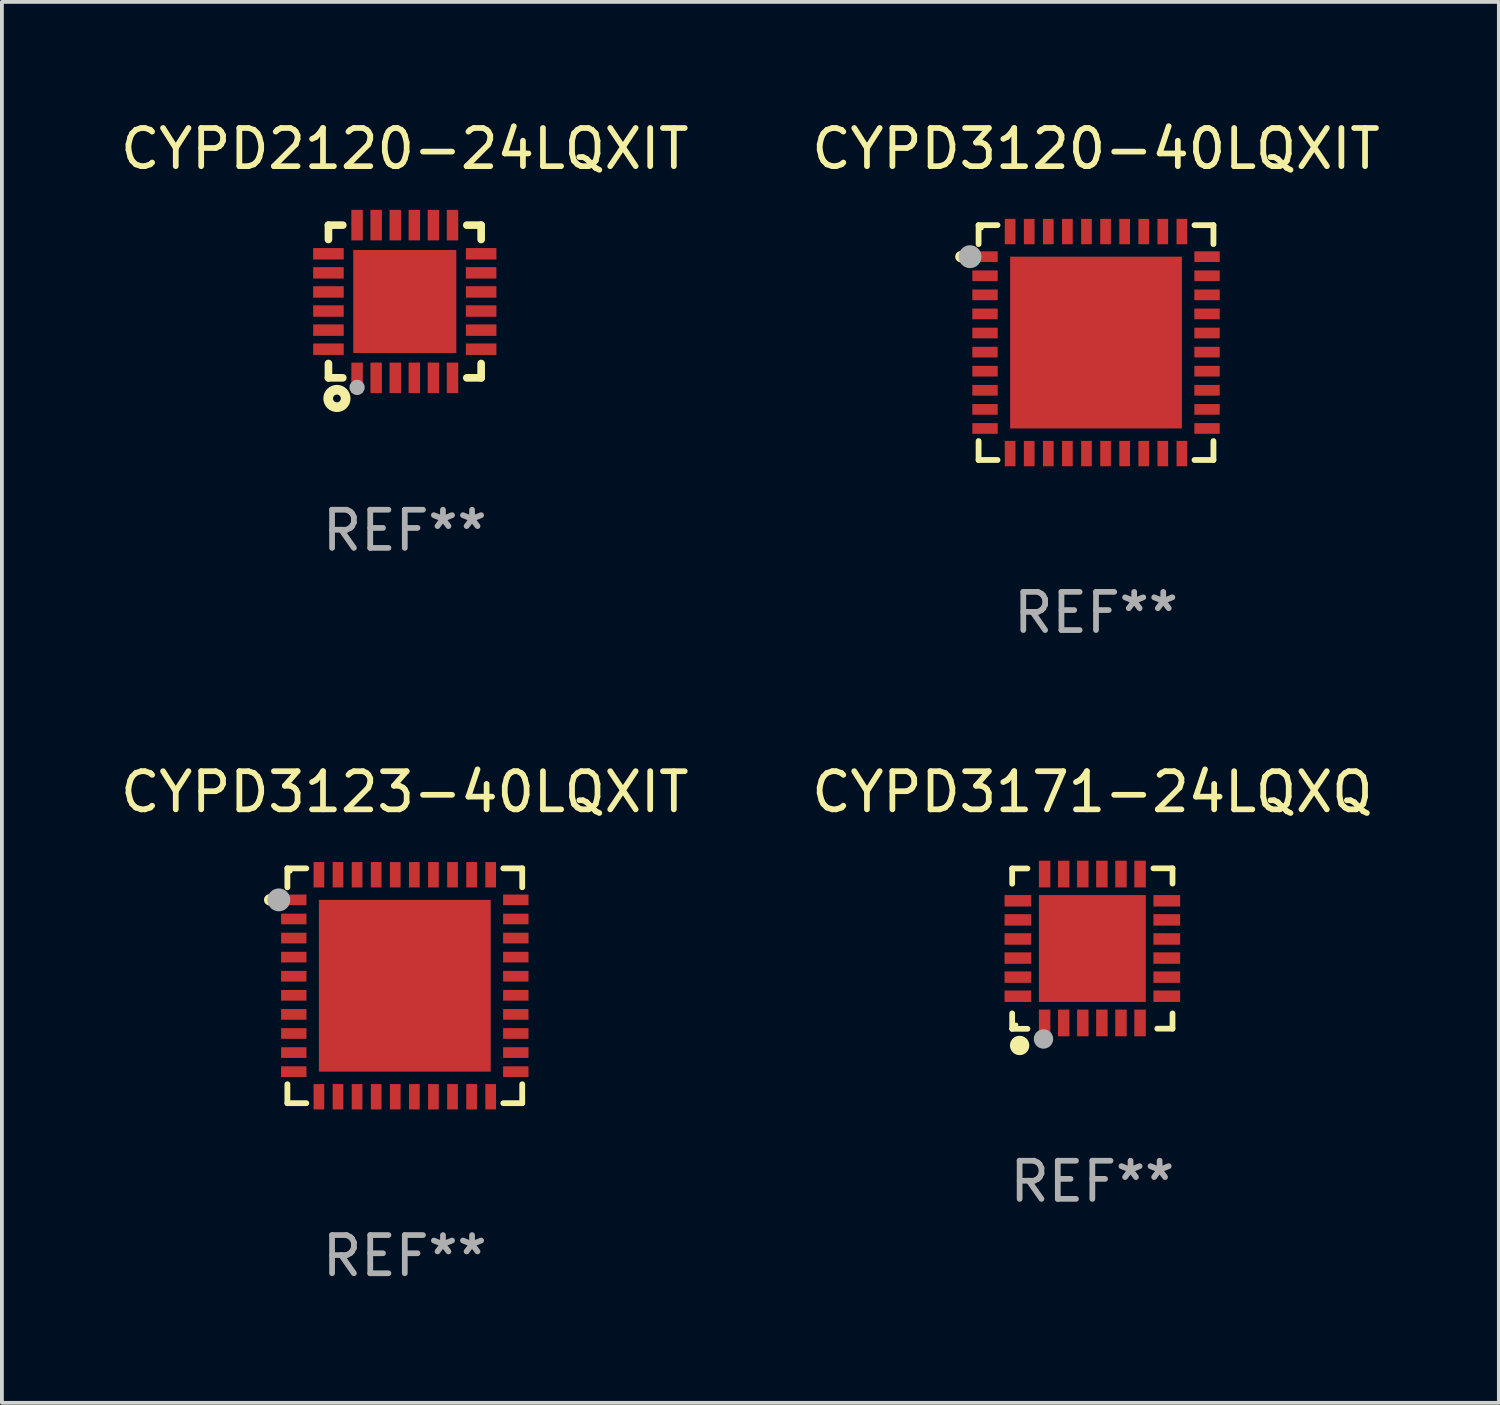
<source format=kicad_pcb>
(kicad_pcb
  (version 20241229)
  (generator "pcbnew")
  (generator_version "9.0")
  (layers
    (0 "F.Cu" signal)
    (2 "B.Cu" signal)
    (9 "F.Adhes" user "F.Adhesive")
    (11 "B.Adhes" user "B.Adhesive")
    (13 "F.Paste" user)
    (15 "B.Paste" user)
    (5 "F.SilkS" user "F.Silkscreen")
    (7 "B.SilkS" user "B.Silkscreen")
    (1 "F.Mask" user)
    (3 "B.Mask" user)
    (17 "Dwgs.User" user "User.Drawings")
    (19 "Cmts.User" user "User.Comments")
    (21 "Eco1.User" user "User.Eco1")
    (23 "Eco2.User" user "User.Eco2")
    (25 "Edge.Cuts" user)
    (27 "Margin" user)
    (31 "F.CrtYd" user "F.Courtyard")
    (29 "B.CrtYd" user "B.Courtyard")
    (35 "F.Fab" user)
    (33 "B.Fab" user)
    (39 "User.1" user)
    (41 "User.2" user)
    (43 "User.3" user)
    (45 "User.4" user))
  (footprint "CYPD3120-40LQXIT"
    (layer "F.Cu")
    (at 25.661 5.924)
    (property "Reference" "CYPD3120-40LQXIT" (at 0 -5.076 0) (layer "F.SilkS") (effects (font (size 1 1) (thickness 0.15))))
    (attr through_hole)
    (fp_line (start -3.076 -3.076) (end -3.076 -2.58) (stroke (width 0.152) (type solid)) (layer "F.SilkS"))
    (fp_line (start -3.076 3.076) (end -3.076 2.58) (stroke (width 0.152) (type solid)) (layer "F.SilkS"))
    (fp_line (start -2.58 -3.076) (end -3.076 -3.076) (stroke (width 0.152) (type solid)) (layer "F.SilkS"))
    (fp_line (start -2.58 3.076) (end -3.076 3.076) (stroke (width 0.152) (type solid)) (layer "F.SilkS"))
    (fp_line (start 2.58 -3.076) (end 3.076 -3.076) (stroke (width 0.152) (type solid)) (layer "F.SilkS"))
    (fp_line (start 2.58 3.076) (end 3.076 3.076) (stroke (width 0.152) (type solid)) (layer "F.SilkS"))
    (fp_line (start 3.076 -3.076) (end 3.076 -2.58) (stroke (width 0.152) (type solid)) (layer "F.SilkS"))
    (fp_line (start 3.076 3.076) (end 3.076 2.58) (stroke (width 0.152) (type solid)) (layer "F.SilkS"))
    (fp_circle (center -3.54 -2.25) (end -3.465 -2.25) (stroke (width 0.15) (type solid)) (fill no) (layer "F.SilkS"))
    (fp_circle (center -3 -3) (end -2.97 -3) (stroke (width 0.06) (type solid)) (fill no) (layer "F.SilkS"))
    (fp_circle (center -3.3 -2.25) (end -3.15 -2.25) (stroke (width 0.3) (type solid)) (fill no) (layer "F.Fab"))
    (fp_text user "REF**" (at 0 7.076 0) (layer "F.Fab") (effects (font (size 1 1) (thickness 0.15))))
    (pad "1" smd rect (at -2.908 -2.25) (size 0.665 0.28) (layers "F.Cu" "F.Mask" "F.Paste"))
    (pad "2" smd rect (at -2.908 -1.75) (size 0.665 0.28) (layers "F.Cu" "F.Mask" "F.Paste"))
    (pad "3" smd rect (at -2.908 -1.25) (size 0.665 0.28) (layers "F.Cu" "F.Mask" "F.Paste"))
    (pad "4" smd rect (at -2.908 -0.75) (size 0.665 0.28) (layers "F.Cu" "F.Mask" "F.Paste"))
    (pad "5" smd rect (at -2.908 -0.25) (size 0.665 0.28) (layers "F.Cu" "F.Mask" "F.Paste"))
    (pad "6" smd rect (at -2.908 0.25) (size 0.665 0.28) (layers "F.Cu" "F.Mask" "F.Paste"))
    (pad "7" smd rect (at -2.908 0.75) (size 0.665 0.28) (layers "F.Cu" "F.Mask" "F.Paste"))
    (pad "8" smd rect (at -2.908 1.25) (size 0.665 0.28) (layers "F.Cu" "F.Mask" "F.Paste"))
    (pad "9" smd rect (at -2.908 1.75) (size 0.665 0.28) (layers "F.Cu" "F.Mask" "F.Paste"))
    (pad "10" smd rect (at -2.908 2.25) (size 0.665 0.28) (layers "F.Cu" "F.Mask" "F.Paste"))
    (pad "11" smd rect (at -2.25 2.908) (size 0.28 0.665) (layers "F.Cu" "F.Mask" "F.Paste"))
    (pad "12" smd rect (at -1.75 2.908) (size 0.28 0.665) (layers "F.Cu" "F.Mask" "F.Paste"))
    (pad "13" smd rect (at -1.25 2.908) (size 0.28 0.665) (layers "F.Cu" "F.Mask" "F.Paste"))
    (pad "14" smd rect (at -0.75 2.908) (size 0.28 0.665) (layers "F.Cu" "F.Mask" "F.Paste"))
    (pad "15" smd rect (at -0.25 2.908) (size 0.28 0.665) (layers "F.Cu" "F.Mask" "F.Paste"))
    (pad "16" smd rect (at 0.25 2.908) (size 0.28 0.665) (layers "F.Cu" "F.Mask" "F.Paste"))
    (pad "17" smd rect (at 0.75 2.908) (size 0.28 0.665) (layers "F.Cu" "F.Mask" "F.Paste"))
    (pad "18" smd rect (at 1.25 2.908) (size 0.28 0.665) (layers "F.Cu" "F.Mask" "F.Paste"))
    (pad "19" smd rect (at 1.75 2.908) (size 0.28 0.665) (layers "F.Cu" "F.Mask" "F.Paste"))
    (pad "20" smd rect (at 2.25 2.908) (size 0.28 0.665) (layers "F.Cu" "F.Mask" "F.Paste"))
    (pad "21" smd rect (at 2.908 2.25) (size 0.665 0.28) (layers "F.Cu" "F.Mask" "F.Paste"))
    (pad "22" smd rect (at 2.908 1.75) (size 0.665 0.28) (layers "F.Cu" "F.Mask" "F.Paste"))
    (pad "23" smd rect (at 2.908 1.25) (size 0.665 0.28) (layers "F.Cu" "F.Mask" "F.Paste"))
    (pad "24" smd rect (at 2.908 0.75) (size 0.665 0.28) (layers "F.Cu" "F.Mask" "F.Paste"))
    (pad "25" smd rect (at 2.908 0.25) (size 0.665 0.28) (layers "F.Cu" "F.Mask" "F.Paste"))
    (pad "26" smd rect (at 2.908 -0.25) (size 0.665 0.28) (layers "F.Cu" "F.Mask" "F.Paste"))
    (pad "27" smd rect (at 2.908 -0.75) (size 0.665 0.28) (layers "F.Cu" "F.Mask" "F.Paste"))
    (pad "28" smd rect (at 2.908 -1.25) (size 0.665 0.28) (layers "F.Cu" "F.Mask" "F.Paste"))
    (pad "29" smd rect (at 2.908 -1.75) (size 0.665 0.28) (layers "F.Cu" "F.Mask" "F.Paste"))
    (pad "30" smd rect (at 2.908 -2.25) (size 0.665 0.28) (layers "F.Cu" "F.Mask" "F.Paste"))
    (pad "31" smd rect (at 2.25 -2.908) (size 0.28 0.665) (layers "F.Cu" "F.Mask" "F.Paste"))
    (pad "32" smd rect (at 1.75 -2.908) (size 0.28 0.665) (layers "F.Cu" "F.Mask" "F.Paste"))
    (pad "33" smd rect (at 1.25 -2.908) (size 0.28 0.665) (layers "F.Cu" "F.Mask" "F.Paste"))
    (pad "34" smd rect (at 0.75 -2.908) (size 0.28 0.665) (layers "F.Cu" "F.Mask" "F.Paste"))
    (pad "35" smd rect (at 0.25 -2.908) (size 0.28 0.665) (layers "F.Cu" "F.Mask" "F.Paste"))
    (pad "36" smd rect (at -0.25 -2.908) (size 0.28 0.665) (layers "F.Cu" "F.Mask" "F.Paste"))
    (pad "37" smd rect (at -0.75 -2.908) (size 0.28 0.665) (layers "F.Cu" "F.Mask" "F.Paste"))
    (pad "38" smd rect (at -1.25 -2.908) (size 0.28 0.665) (layers "F.Cu" "F.Mask" "F.Paste"))
    (pad "39" smd rect (at -1.75 -2.908) (size 0.28 0.665) (layers "F.Cu" "F.Mask" "F.Paste"))
    (pad "40" smd rect (at -2.25 -2.908) (size 0.28 0.665) (layers "F.Cu" "F.Mask" "F.Paste"))
    (pad "41" smd rect (at 0 0) (size 4.5 4.5) (layers "F.Cu" "F.Mask" "F.Paste")))
  (footprint "CYPD3123-40LQXIT"
    (layer "F.Cu")
    (at 7.554 22.773)
    (property "Reference" "CYPD3123-40LQXIT" (at 0 -5.076 0) (layer "F.SilkS") (effects (font (size 1 1) (thickness 0.15))))
    (attr through_hole)
    (fp_line (start -3.076 -3.076) (end -3.076 -2.58) (stroke (width 0.152) (type solid)) (layer "F.SilkS"))
    (fp_line (start -3.076 3.076) (end -3.076 2.58) (stroke (width 0.152) (type solid)) (layer "F.SilkS"))
    (fp_line (start -2.58 -3.076) (end -3.076 -3.076) (stroke (width 0.152) (type solid)) (layer "F.SilkS"))
    (fp_line (start -2.58 3.076) (end -3.076 3.076) (stroke (width 0.152) (type solid)) (layer "F.SilkS"))
    (fp_line (start 2.58 -3.076) (end 3.076 -3.076) (stroke (width 0.152) (type solid)) (layer "F.SilkS"))
    (fp_line (start 2.58 3.076) (end 3.076 3.076) (stroke (width 0.152) (type solid)) (layer "F.SilkS"))
    (fp_line (start 3.076 -3.076) (end 3.076 -2.58) (stroke (width 0.152) (type solid)) (layer "F.SilkS"))
    (fp_line (start 3.076 3.076) (end 3.076 2.58) (stroke (width 0.152) (type solid)) (layer "F.SilkS"))
    (fp_circle (center -3.54 -2.25) (end -3.465 -2.25) (stroke (width 0.15) (type solid)) (fill no) (layer "F.SilkS"))
    (fp_circle (center -3 -3) (end -2.97 -3) (stroke (width 0.06) (type solid)) (fill no) (layer "F.SilkS"))
    (fp_circle (center -3.3 -2.25) (end -3.15 -2.25) (stroke (width 0.3) (type solid)) (fill no) (layer "F.Fab"))
    (fp_text user "REF**" (at 0 7.076 0) (layer "F.Fab") (effects (font (size 1 1) (thickness 0.15))))
    (pad "1" smd rect (at -2.908 -2.25) (size 0.665 0.28) (layers "F.Cu" "F.Mask" "F.Paste"))
    (pad "2" smd rect (at -2.908 -1.75) (size 0.665 0.28) (layers "F.Cu" "F.Mask" "F.Paste"))
    (pad "3" smd rect (at -2.908 -1.25) (size 0.665 0.28) (layers "F.Cu" "F.Mask" "F.Paste"))
    (pad "4" smd rect (at -2.908 -0.75) (size 0.665 0.28) (layers "F.Cu" "F.Mask" "F.Paste"))
    (pad "5" smd rect (at -2.908 -0.25) (size 0.665 0.28) (layers "F.Cu" "F.Mask" "F.Paste"))
    (pad "6" smd rect (at -2.908 0.25) (size 0.665 0.28) (layers "F.Cu" "F.Mask" "F.Paste"))
    (pad "7" smd rect (at -2.908 0.75) (size 0.665 0.28) (layers "F.Cu" "F.Mask" "F.Paste"))
    (pad "8" smd rect (at -2.908 1.25) (size 0.665 0.28) (layers "F.Cu" "F.Mask" "F.Paste"))
    (pad "9" smd rect (at -2.908 1.75) (size 0.665 0.28) (layers "F.Cu" "F.Mask" "F.Paste"))
    (pad "10" smd rect (at -2.908 2.25) (size 0.665 0.28) (layers "F.Cu" "F.Mask" "F.Paste"))
    (pad "11" smd rect (at -2.25 2.908) (size 0.28 0.665) (layers "F.Cu" "F.Mask" "F.Paste"))
    (pad "12" smd rect (at -1.75 2.908) (size 0.28 0.665) (layers "F.Cu" "F.Mask" "F.Paste"))
    (pad "13" smd rect (at -1.25 2.908) (size 0.28 0.665) (layers "F.Cu" "F.Mask" "F.Paste"))
    (pad "14" smd rect (at -0.75 2.908) (size 0.28 0.665) (layers "F.Cu" "F.Mask" "F.Paste"))
    (pad "15" smd rect (at -0.25 2.908) (size 0.28 0.665) (layers "F.Cu" "F.Mask" "F.Paste"))
    (pad "16" smd rect (at 0.25 2.908) (size 0.28 0.665) (layers "F.Cu" "F.Mask" "F.Paste"))
    (pad "17" smd rect (at 0.75 2.908) (size 0.28 0.665) (layers "F.Cu" "F.Mask" "F.Paste"))
    (pad "18" smd rect (at 1.25 2.908) (size 0.28 0.665) (layers "F.Cu" "F.Mask" "F.Paste"))
    (pad "19" smd rect (at 1.75 2.908) (size 0.28 0.665) (layers "F.Cu" "F.Mask" "F.Paste"))
    (pad "20" smd rect (at 2.25 2.908) (size 0.28 0.665) (layers "F.Cu" "F.Mask" "F.Paste"))
    (pad "21" smd rect (at 2.908 2.25) (size 0.665 0.28) (layers "F.Cu" "F.Mask" "F.Paste"))
    (pad "22" smd rect (at 2.908 1.75) (size 0.665 0.28) (layers "F.Cu" "F.Mask" "F.Paste"))
    (pad "23" smd rect (at 2.908 1.25) (size 0.665 0.28) (layers "F.Cu" "F.Mask" "F.Paste"))
    (pad "24" smd rect (at 2.908 0.75) (size 0.665 0.28) (layers "F.Cu" "F.Mask" "F.Paste"))
    (pad "25" smd rect (at 2.908 0.25) (size 0.665 0.28) (layers "F.Cu" "F.Mask" "F.Paste"))
    (pad "26" smd rect (at 2.908 -0.25) (size 0.665 0.28) (layers "F.Cu" "F.Mask" "F.Paste"))
    (pad "27" smd rect (at 2.908 -0.75) (size 0.665 0.28) (layers "F.Cu" "F.Mask" "F.Paste"))
    (pad "28" smd rect (at 2.908 -1.25) (size 0.665 0.28) (layers "F.Cu" "F.Mask" "F.Paste"))
    (pad "29" smd rect (at 2.908 -1.75) (size 0.665 0.28) (layers "F.Cu" "F.Mask" "F.Paste"))
    (pad "30" smd rect (at 2.908 -2.25) (size 0.665 0.28) (layers "F.Cu" "F.Mask" "F.Paste"))
    (pad "31" smd rect (at 2.25 -2.908) (size 0.28 0.665) (layers "F.Cu" "F.Mask" "F.Paste"))
    (pad "32" smd rect (at 1.75 -2.908) (size 0.28 0.665) (layers "F.Cu" "F.Mask" "F.Paste"))
    (pad "33" smd rect (at 1.25 -2.908) (size 0.28 0.665) (layers "F.Cu" "F.Mask" "F.Paste"))
    (pad "34" smd rect (at 0.75 -2.908) (size 0.28 0.665) (layers "F.Cu" "F.Mask" "F.Paste"))
    (pad "35" smd rect (at 0.25 -2.908) (size 0.28 0.665) (layers "F.Cu" "F.Mask" "F.Paste"))
    (pad "36" smd rect (at -0.25 -2.908) (size 0.28 0.665) (layers "F.Cu" "F.Mask" "F.Paste"))
    (pad "37" smd rect (at -0.75 -2.908) (size 0.28 0.665) (layers "F.Cu" "F.Mask" "F.Paste"))
    (pad "38" smd rect (at -1.25 -2.908) (size 0.28 0.665) (layers "F.Cu" "F.Mask" "F.Paste"))
    (pad "39" smd rect (at -1.75 -2.908) (size 0.28 0.665) (layers "F.Cu" "F.Mask" "F.Paste"))
    (pad "40" smd rect (at -2.25 -2.908) (size 0.28 0.665) (layers "F.Cu" "F.Mask" "F.Paste"))
    (pad "41" smd rect (at 0 0) (size 4.5 4.5) (layers "F.Cu" "F.Mask" "F.Paste")))
  (footprint "CYPD2120-24LQXIT"
    (layer "F.Cu")
    (at 7.554 4.848)
    (property "Reference" "CYPD2120-24LQXIT" (at 0 -4 0) (layer "F.SilkS") (effects (font (size 1 1) (thickness 0.15))))
    (attr through_hole)
    (fp_line (start -2 -2) (end -1.624 -2) (stroke (width 0.2) (type solid)) (layer "F.SilkS"))
    (fp_line (start -2 -1.624) (end -2 -2) (stroke (width 0.2) (type solid)) (layer "F.SilkS"))
    (fp_line (start -2 2) (end -2 1.624) (stroke (width 0.2) (type solid)) (layer "F.SilkS"))
    (fp_line (start -2 2) (end -1.624 2) (stroke (width 0.2) (type solid)) (layer "F.SilkS"))
    (fp_line (start 1.624 -2) (end 2 -2) (stroke (width 0.2) (type solid)) (layer "F.SilkS"))
    (fp_line (start 1.624 2) (end 2 2) (stroke (width 0.2) (type solid)) (layer "F.SilkS"))
    (fp_line (start 2 -2) (end 2 -1.624) (stroke (width 0.2) (type solid)) (layer "F.SilkS"))
    (fp_line (start 2 1.624) (end 2 2) (stroke (width 0.2) (type solid)) (layer "F.SilkS"))
    (fp_circle (center -2 2) (end -1.97 2) (stroke (width 0.06) (type solid)) (fill no) (layer "F.SilkS"))
    (fp_circle (center -1.778 2.54) (end -1.676 2.54) (stroke (width 0.254) (type solid)) (fill no) (layer "F.SilkS"))
    (fp_circle (center -1.25 2.25) (end -1.15 2.25) (stroke (width 0.2) (type solid)) (fill no) (layer "F.Fab"))
    (fp_text user "REF**" (at 0 6 0) (layer "F.Fab") (effects (font (size 1 1) (thickness 0.15))))
    (pad "1" smd rect (at -1.25 2) (size 0.3 0.8) (layers "F.Cu" "F.Mask" "F.Paste"))
    (pad "2" smd rect (at -0.75 2) (size 0.3 0.8) (layers "F.Cu" "F.Mask" "F.Paste"))
    (pad "3" smd rect (at -0.25 2) (size 0.3 0.8) (layers "F.Cu" "F.Mask" "F.Paste"))
    (pad "4" smd rect (at 0.25 2) (size 0.3 0.8) (layers "F.Cu" "F.Mask" "F.Paste"))
    (pad "5" smd rect (at 0.75 2) (size 0.3 0.8) (layers "F.Cu" "F.Mask" "F.Paste"))
    (pad "6" smd rect (at 1.25 2) (size 0.3 0.8) (layers "F.Cu" "F.Mask" "F.Paste"))
    (pad "7" smd rect (at 2 1.25 90) (size 0.3 0.8) (layers "F.Cu" "F.Mask" "F.Paste"))
    (pad "8" smd rect (at 2 0.75 90) (size 0.3 0.8) (layers "F.Cu" "F.Mask" "F.Paste"))
    (pad "9" smd rect (at 2 0.25 90) (size 0.3 0.8) (layers "F.Cu" "F.Mask" "F.Paste"))
    (pad "10" smd rect (at 2 -0.25 90) (size 0.3 0.8) (layers "F.Cu" "F.Mask" "F.Paste"))
    (pad "11" smd rect (at 2 -0.75 90) (size 0.3 0.8) (layers "F.Cu" "F.Mask" "F.Paste"))
    (pad "12" smd rect (at 2 -1.25 90) (size 0.3 0.8) (layers "F.Cu" "F.Mask" "F.Paste"))
    (pad "13" smd rect (at 1.25 -2 180) (size 0.3 0.8) (layers "F.Cu" "F.Mask" "F.Paste"))
    (pad "14" smd rect (at 0.75 -2 180) (size 0.3 0.8) (layers "F.Cu" "F.Mask" "F.Paste"))
    (pad "15" smd rect (at 0.25 -2 180) (size 0.3 0.8) (layers "F.Cu" "F.Mask" "F.Paste"))
    (pad "16" smd rect (at -0.25 -2 180) (size 0.3 0.8) (layers "F.Cu" "F.Mask" "F.Paste"))
    (pad "17" smd rect (at -0.75 -2 180) (size 0.3 0.8) (layers "F.Cu" "F.Mask" "F.Paste"))
    (pad "18" smd rect (at -1.25 -2 180) (size 0.3 0.8) (layers "F.Cu" "F.Mask" "F.Paste"))
    (pad "19" smd rect (at -2 -1.25 270) (size 0.3 0.8) (layers "F.Cu" "F.Mask" "F.Paste"))
    (pad "20" smd rect (at -2 -0.75 270) (size 0.3 0.8) (layers "F.Cu" "F.Mask" "F.Paste"))
    (pad "21" smd rect (at -2 -0.25 270) (size 0.3 0.8) (layers "F.Cu" "F.Mask" "F.Paste"))
    (pad "22" smd rect (at -2 0.25 270) (size 0.3 0.8) (layers "F.Cu" "F.Mask" "F.Paste"))
    (pad "23" smd rect (at -2 0.75 270) (size 0.3 0.8) (layers "F.Cu" "F.Mask" "F.Paste"))
    (pad "24" smd rect (at -2 1.25 270) (size 0.3 0.8) (layers "F.Cu" "F.Mask" "F.Paste"))
    (pad "25" smd rect (at 0 0) (size 2.7 2.7) (layers "F.Cu" "F.Mask" "F.Paste")))
  (footprint "CYPD3171-24LQXQ"
    (layer "F.Cu")
    (at 25.565 21.799)
    (property "Reference" "CYPD3171-24LQXQ" (at 0 -4.102 0) (layer "F.SilkS") (effects (font (size 1 1) (thickness 0.15))))
    (attr through_hole)
    (fp_line (start -2.1 -2.098) (end -1.7 -2.098) (stroke (width 0.15) (type solid)) (layer "F.SilkS"))
    (fp_line (start -2.1 -1.698) (end -2.1 -2.098) (stroke (width 0.15) (type solid)) (layer "F.SilkS"))
    (fp_line (start -2.1 2.102) (end -2.1 1.698) (stroke (width 0.15) (type solid)) (layer "F.SilkS"))
    (fp_line (start -1.7 2.102) (end -2.1 2.102) (stroke (width 0.15) (type solid)) (layer "F.SilkS"))
    (fp_line (start 1.6 -2.102) (end 2.1 -2.102) (stroke (width 0.15) (type solid)) (layer "F.SilkS"))
    (fp_line (start 1.7 2.098) (end 2.1 2.098) (stroke (width 0.15) (type solid)) (layer "F.SilkS"))
    (fp_line (start 2.1 -2.102) (end 2.1 -1.702) (stroke (width 0.15) (type solid)) (layer "F.SilkS"))
    (fp_line (start 2.1 2.098) (end 2.1 1.698) (stroke (width 0.15) (type solid)) (layer "F.SilkS"))
    (fp_circle (center -2 1.998) (end -1.97 1.998) (stroke (width 0.06) (type solid)) (fill no) (layer "F.SilkS"))
    (fp_circle (center -1.905 2.538) (end -1.778 2.538) (stroke (width 0.254) (type solid)) (fill no) (layer "F.SilkS"))
    (fp_circle (center -1.28 2.368) (end -1.153 2.368) (stroke (width 0.254) (type solid)) (fill no) (layer "F.Fab"))
    (fp_text user "REF**" (at 0 6.102 0) (layer "F.Fab") (effects (font (size 1 1) (thickness 0.15))))
    (pad "1" smd rect (at -1.25 1.948 180) (size 0.3 0.7) (layers "F.Cu" "F.Mask" "F.Paste"))
    (pad "2" smd rect (at -0.75 1.948 180) (size 0.3 0.7) (layers "F.Cu" "F.Mask" "F.Paste"))
    (pad "3" smd rect (at -0.25 1.948 180) (size 0.3 0.7) (layers "F.Cu" "F.Mask" "F.Paste"))
    (pad "4" smd rect (at 0.25 1.948 180) (size 0.3 0.7) (layers "F.Cu" "F.Mask" "F.Paste"))
    (pad "5" smd rect (at 0.75 1.948 180) (size 0.3 0.7) (layers "F.Cu" "F.Mask" "F.Paste"))
    (pad "6" smd rect (at 1.25 1.948 180) (size 0.3 0.7) (layers "F.Cu" "F.Mask" "F.Paste"))
    (pad "7" smd rect (at 1.95 1.248 270) (size 0.3 0.7) (layers "F.Cu" "F.Mask" "F.Paste"))
    (pad "8" smd rect (at 1.95 0.748 270) (size 0.3 0.7) (layers "F.Cu" "F.Mask" "F.Paste"))
    (pad "9" smd rect (at 1.95 0.248 270) (size 0.3 0.7) (layers "F.Cu" "F.Mask" "F.Paste"))
    (pad "10" smd rect (at 1.95 -0.252 270) (size 0.3 0.7) (layers "F.Cu" "F.Mask" "F.Paste"))
    (pad "11" smd rect (at 1.95 -0.752 270) (size 0.3 0.7) (layers "F.Cu" "F.Mask" "F.Paste"))
    (pad "12" smd rect (at 1.95 -1.252 270) (size 0.3 0.7) (layers "F.Cu" "F.Mask" "F.Paste"))
    (pad "13" smd rect (at 1.25 -1.952) (size 0.3 0.7) (layers "F.Cu" "F.Mask" "F.Paste"))
    (pad "14" smd rect (at 0.75 -1.952) (size 0.3 0.7) (layers "F.Cu" "F.Mask" "F.Paste"))
    (pad "15" smd rect (at 0.25 -1.952) (size 0.3 0.7) (layers "F.Cu" "F.Mask" "F.Paste"))
    (pad "16" smd rect (at -0.25 -1.952) (size 0.3 0.7) (layers "F.Cu" "F.Mask" "F.Paste"))
    (pad "17" smd rect (at -0.75 -1.952) (size 0.3 0.7) (layers "F.Cu" "F.Mask" "F.Paste"))
    (pad "18" smd rect (at -1.25 -1.952) (size 0.3 0.7) (layers "F.Cu" "F.Mask" "F.Paste"))
    (pad "19" smd rect (at -1.95 -1.252 90) (size 0.3 0.7) (layers "F.Cu" "F.Mask" "F.Paste"))
    (pad "20" smd rect (at -1.95 -0.752 90) (size 0.3 0.7) (layers "F.Cu" "F.Mask" "F.Paste"))
    (pad "21" smd rect (at -1.95 -0.252 90) (size 0.3 0.7) (layers "F.Cu" "F.Mask" "F.Paste"))
    (pad "22" smd rect (at -1.95 0.248 90) (size 0.3 0.7) (layers "F.Cu" "F.Mask" "F.Paste"))
    (pad "23" smd rect (at -1.95 0.748 90) (size 0.3 0.7) (layers "F.Cu" "F.Mask" "F.Paste"))
    (pad "24" smd rect (at -1.95 1.248 90) (size 0.3 0.7) (layers "F.Cu" "F.Mask" "F.Paste"))
    (pad "25" smd rect (at 0.000038 -0.002) (size 2.8 2.8) (layers "F.Cu" "F.Mask" "F.Paste")))
  (gr_rect
    (start -3 -3)
    (end 36.214 33.698)
    (stroke (width 0.1) (type default))
    (fill no)
    (layer "Edge.Cuts")))
</source>
